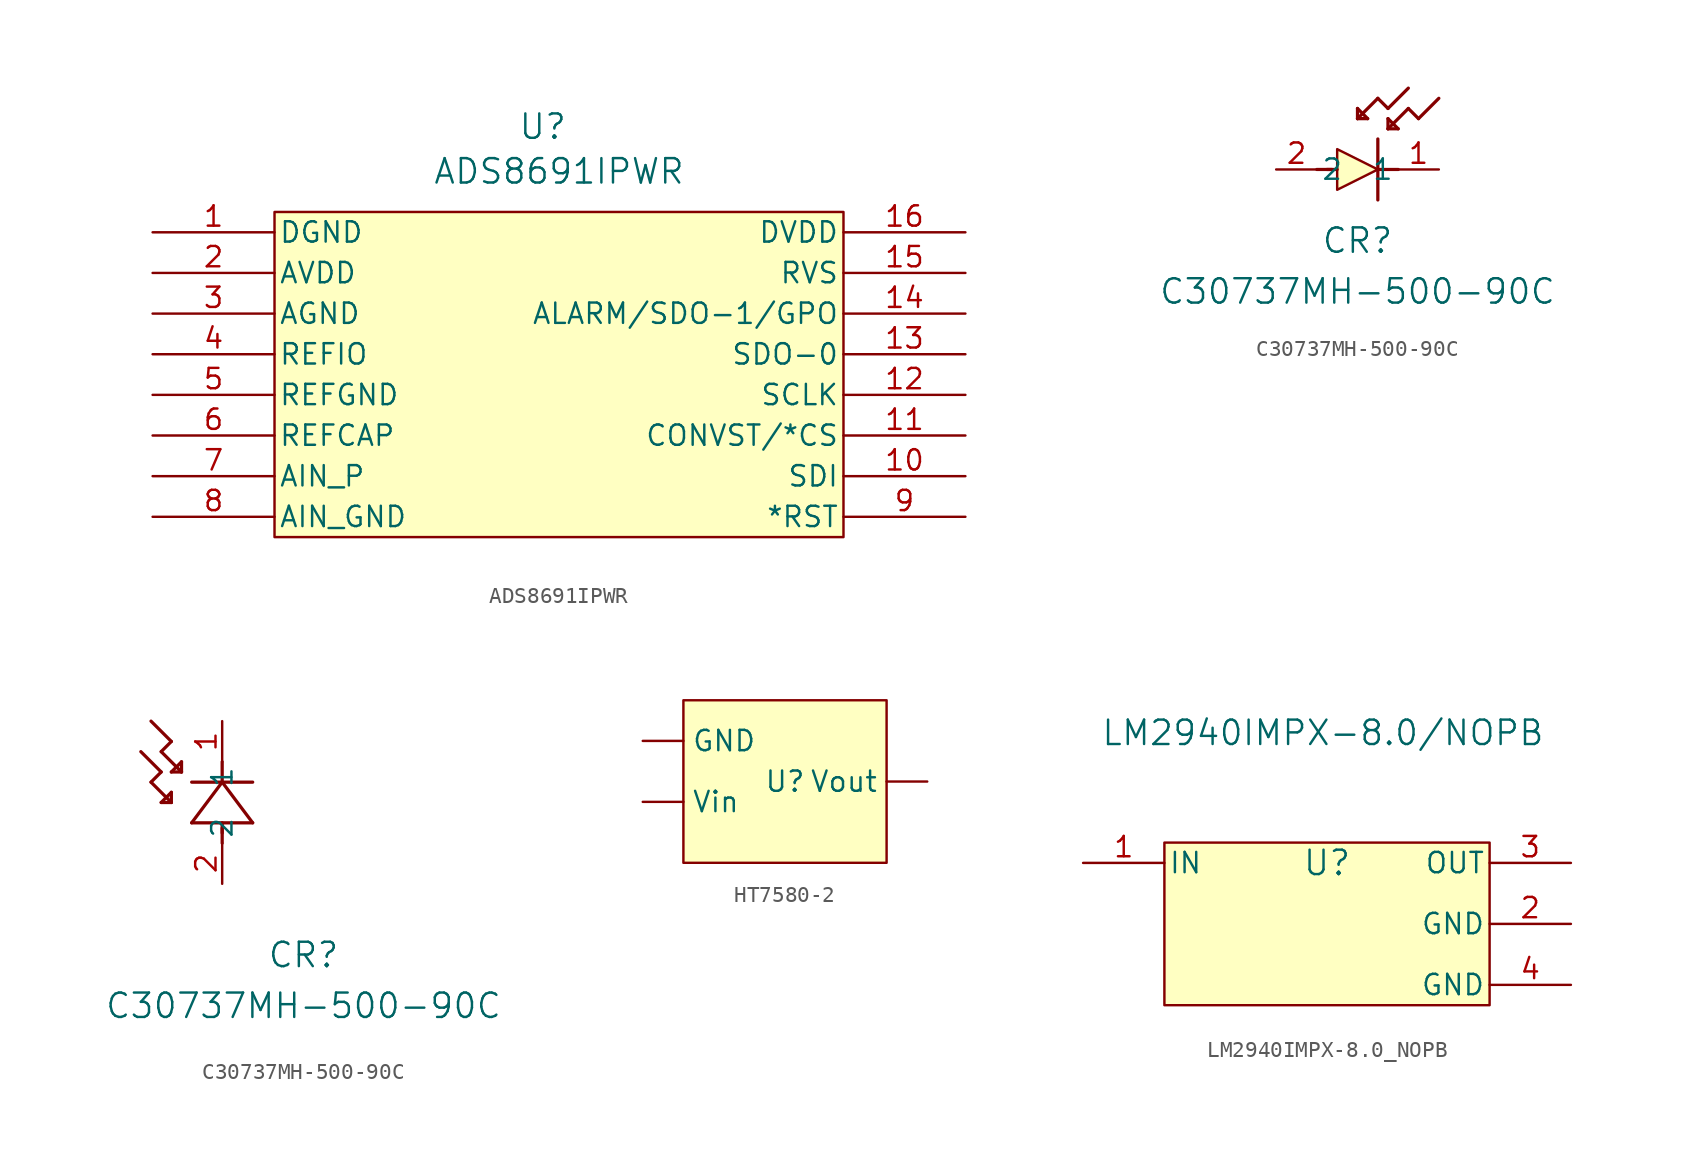
<source format=kicad_sym>
(kicad_symbol_lib
  (version 20241209)
  (generator "kicad_symbol_editor")
  (generator_version "9.0")
  (symbol "ADS8691IPWR"
    (pin_names
      (offset 0.254))
    (property "Reference" "U"
      (at 33.274 6.604 0)
      (effects (font (size 1.524 1.524))))
    (property "Value" "ADS8691IPWR"
      (at 34.29 3.81 0)
      (effects (font (size 1.524 1.524))))
    (property "ki_locked" ""
      (at 0 0 0)
      (effects (font (size 1.27 1.27))))
    (symbol "ADS8691IPWR_0_1"
      (pin power_in line (at 8.89 0 0) (length 7.62) (name "DGND" (effects (font (size 1.27 1.27)))) (number "1" (effects (font (size 1.27 1.27)))))
      (pin power_in line (at 8.89 -2.54 0) (length 7.62) (name "AVDD" (effects (font (size 1.27 1.27)))) (number "2" (effects (font (size 1.27 1.27)))))
      (pin power_in line (at 8.89 -5.08 0) (length 7.62) (name "AGND" (effects (font (size 1.27 1.27)))) (number "3" (effects (font (size 1.27 1.27)))))
      (pin bidirectional line (at 8.89 -7.62 0) (length 7.62) (name "REFIO" (effects (font (size 1.27 1.27)))) (number "4" (effects (font (size 1.27 1.27)))))
      (pin power_in line (at 8.89 -10.16 0) (length 7.62) (name "REFGND" (effects (font (size 1.27 1.27)))) (number "5" (effects (font (size 1.27 1.27)))))
      (pin output line (at 8.89 -12.7 0) (length 7.62) (name "REFCAP" (effects (font (size 1.27 1.27)))) (number "6" (effects (font (size 1.27 1.27)))))
      (pin input line (at 8.89 -15.24 0) (length 7.62) (name "AIN_P" (effects (font (size 1.27 1.27)))) (number "7" (effects (font (size 1.27 1.27)))))
      (pin input line (at 8.89 -17.78 0) (length 7.62) (name "AIN_GND" (effects (font (size 1.27 1.27)))) (number "8" (effects (font (size 1.27 1.27)))))
      (pin power_in line (at 59.69 0 180) (length 7.62) (name "DVDD" (effects (font (size 1.27 1.27)))) (number "16" (effects (font (size 1.27 1.27)))))
      (pin output line (at 59.69 -2.54 180) (length 7.62) (name "RVS" (effects (font (size 1.27 1.27)))) (number "15" (effects (font (size 1.27 1.27)))))
      (pin output line (at 59.69 -5.08 180) (length 7.62) (name "ALARM/SDO-1/GPO" (effects (font (size 1.27 1.27)))) (number "14" (effects (font (size 1.27 1.27)))))
      (pin output line (at 59.69 -7.62 180) (length 7.62) (name "SDO-0" (effects (font (size 1.27 1.27)))) (number "13" (effects (font (size 1.27 1.27)))))
      (pin input line (at 59.69 -10.16 180) (length 7.62) (name "SCLK" (effects (font (size 1.27 1.27)))) (number "12" (effects (font (size 1.27 1.27)))))
      (pin input line (at 59.69 -12.7 180) (length 7.62) (name "CONVST/*CS" (effects (font (size 1.27 1.27)))) (number "11" (effects (font (size 1.27 1.27)))))
      (pin input line (at 59.69 -15.24 180) (length 7.62) (name "SDI" (effects (font (size 1.27 1.27)))) (number "10" (effects (font (size 1.27 1.27)))))
      (pin input line (at 59.69 -17.78 180) (length 7.62) (name "*RST" (effects (font (size 1.27 1.27)))) (number "9" (effects (font (size 1.27 1.27))))))
    (symbol "ADS8691IPWR_1_1"
      (rectangle (start 16.51 1.27) (end 52.07 -19.05) (stroke (width 0) (type solid)) (fill (type background)))))
  (symbol "C30737MH-500-90C"
    (pin_names
      (offset 0.254))
    (property "Reference" "CR"
      (at 5.08 -4.445 0)
      (effects (font (size 1.524 1.524))))
    (property "Value" "C30737MH-500-90C"
      (at 5.08 -7.62 0)
      (effects (font (size 1.524 1.524))))
    (property "ki_locked" ""
      (at 0 0 0)
      (effects (font (size 1.27 1.27))))
    (symbol "C30737MH-500-90C_1_1"
      (polyline (pts (xy 2.54 0) (xy 3.48 0)) (stroke (width 0.203) (type default)) (fill (type none)))
      (polyline (pts (xy 3.175 0) (xy 3.81 0)) (stroke (width 0.203) (type default)) (fill (type none)))
      (polyline (pts (xy 3.81 1.27) (xy 3.81 -1.27) (xy 6.35 0) (xy 3.81 1.27)) (stroke (width 0) (type solid)) (fill (type background)))
      (polyline (pts (xy 5.08 3.81) (xy 5.08 3.175)) (stroke (width 0.203) (type default)) (fill (type none)))
      (polyline (pts (xy 5.08 3.175) (xy 5.715 3.175)) (stroke (width 0.203) (type default)) (fill (type none)))
      (polyline (pts (xy 5.715 3.175) (xy 5.08 3.81)) (stroke (width 0.203) (type default)) (fill (type none)))
      (polyline (pts (xy 6.35 4.445) (xy 5.08 3.175)) (stroke (width 0.203) (type default)) (fill (type none)))
      (polyline (pts (xy 6.35 0) (xy 7.62 0)) (stroke (width 0.203) (type default)) (fill (type none)))
      (polyline (pts (xy 6.35 -1.905) (xy 6.35 1.905)) (stroke (width 0.203) (type default)) (fill (type none)))
      (polyline (pts (xy 6.985 3.81) (xy 6.35 4.445)) (stroke (width 0.203) (type default)) (fill (type none)))
      (polyline (pts (xy 6.985 3.175) (xy 6.985 2.54)) (stroke (width 0.203) (type default)) (fill (type none)))
      (polyline (pts (xy 6.985 2.54) (xy 7.62 2.54)) (stroke (width 0.203) (type default)) (fill (type none)))
      (polyline (pts (xy 7.62 2.54) (xy 6.985 3.175)) (stroke (width 0.203) (type default)) (fill (type none)))
      (polyline (pts (xy 8.255 5.08) (xy 6.985 3.81)) (stroke (width 0.203) (type default)) (fill (type none)))
      (polyline (pts (xy 8.255 3.81) (xy 6.985 2.54)) (stroke (width 0.203) (type default)) (fill (type none)))
      (polyline (pts (xy 8.89 3.175) (xy 8.255 3.81)) (stroke (width 0.203) (type default)) (fill (type none)))
      (polyline (pts (xy 10.16 4.445) (xy 8.89 3.175)) (stroke (width 0.203) (type default)) (fill (type none)))
      (pin unspecified line (at 0 0 0) (length 2.54) (name "2" (effects (font (size 1.27 1.27)))) (number "2" (effects (font (size 1.27 1.27)))))
      (pin unspecified line (at 10.16 0 180) (length 2.54) (name "1" (effects (font (size 1.27 1.27)))) (number "1" (effects (font (size 1.27 1.27))))))
    (symbol "C30737MH-500-90C_1_2"
      (polyline (pts (xy -5.08 8.255) (xy -3.81 6.985)) (stroke (width 0.203) (type default)) (fill (type none)))
      (polyline (pts (xy -4.445 10.16) (xy -3.175 8.89)) (stroke (width 0.203) (type default)) (fill (type none)))
      (polyline (pts (xy -4.445 6.35) (xy -3.175 5.08)) (stroke (width 0.203) (type default)) (fill (type none)))
      (polyline (pts (xy -3.81 8.255) (xy -2.54 6.985)) (stroke (width 0.203) (type default)) (fill (type none)))
      (polyline (pts (xy -3.81 6.985) (xy -4.445 6.35)) (stroke (width 0.203) (type default)) (fill (type none)))
      (polyline (pts (xy -3.81 5.08) (xy -3.175 5.08)) (stroke (width 0.203) (type default)) (fill (type none)))
      (polyline (pts (xy -3.175 8.89) (xy -3.81 8.255)) (stroke (width 0.203) (type default)) (fill (type none)))
      (polyline (pts (xy -3.175 6.985) (xy -2.54 6.985)) (stroke (width 0.203) (type default)) (fill (type none)))
      (polyline (pts (xy -3.175 5.715) (xy -3.81 5.08)) (stroke (width 0.203) (type default)) (fill (type none)))
      (polyline (pts (xy -3.175 5.08) (xy -3.175 5.715)) (stroke (width 0.203) (type default)) (fill (type none)))
      (polyline (pts (xy -2.54 7.62) (xy -3.175 6.985)) (stroke (width 0.203) (type default)) (fill (type none)))
      (polyline (pts (xy -2.54 6.985) (xy -2.54 7.62)) (stroke (width 0.203) (type default)) (fill (type none)))
      (polyline (pts (xy -1.905 3.81) (xy 1.905 3.81)) (stroke (width 0.203) (type default)) (fill (type none)))
      (polyline (pts (xy 0 6.35) (xy -1.905 3.81)) (stroke (width 0.203) (type default)) (fill (type none)))
      (polyline (pts (xy 0 6.35) (xy 0 7.62)) (stroke (width 0.203) (type default)) (fill (type none)))
      (polyline (pts (xy 0 3.175) (xy 0 3.81)) (stroke (width 0.203) (type default)) (fill (type none)))
      (polyline (pts (xy 0 2.54) (xy 0 3.48)) (stroke (width 0.203) (type default)) (fill (type none)))
      (polyline (pts (xy 1.905 6.35) (xy -1.905 6.35)) (stroke (width 0.203) (type default)) (fill (type none)))
      (polyline (pts (xy 1.905 3.81) (xy 0 6.35)) (stroke (width 0.203) (type default)) (fill (type none)))
      (pin unspecified line (at 0 10.16 270) (length 2.54) (name "1" (effects (font (size 1.27 1.27)))) (number "1" (effects (font (size 1.27 1.27)))))
      (pin unspecified line (at 0 0 90) (length 2.54) (name "2" (effects (font (size 1.27 1.27)))) (number "2" (effects (font (size 1.27 1.27)))))))
  (symbol "HT7580-2"
    (property "Reference" "U"
      (at 0 0 0)
      (effects (font (size 1.27 1.27))))
    (property "Value" ""
      (at 0 0 0)
      (effects (font (size 1.27 1.27))))
    (symbol "HT7580-2_1_1"
      (rectangle (start -6.35 5.08) (end 6.35 -5.08) (stroke (width 0) (type solid)) (fill (type background)))
      (pin input line (at -8.89 2.54 0) (length 2.54) (name "GND" (effects (font (size 1.27 1.27)))) (number "" (effects (font (size 1.27 1.27)))))
      (pin input line (at -8.89 -1.27 0) (length 2.54) (name "Vin" (effects (font (size 1.27 1.27)))) (number "" (effects (font (size 1.27 1.27)))))
      (pin no_connect line (at 8.89 2.54 180) (length 2.54) (hide yes) (name "NC" (effects (font (size 1.27 1.27)))) (number "" (effects (font (size 1.27 1.27)))))
      (pin output line (at 8.89 0 180) (length 2.54) (name "Vout" (effects (font (size 1.27 1.27)))) (number "" (effects (font (size 1.27 1.27)))))
      (pin no_connect line (at 8.89 -2.54 180) (length 2.54) (hide yes) (name "NC" (effects (font (size 1.27 1.27)))) (number "" (effects (font (size 1.27 1.27)))))))
  (symbol "LM2940IMPX-8.0_NOPB"
    (pin_names
      (offset 0.254))
    (property "Reference" "U"
      (at 0 5.08 0)
      (effects (font (size 1.524 1.524))))
    (property "Value" "LM2940IMPX-8.0/NOPB"
      (at -0.254 13.208 0)
      (effects (font (size 1.524 1.524))))
    (property "ki_locked" ""
      (at 0 0 0)
      (effects (font (size 1.27 1.27))))
    (symbol "LM2940IMPX-8.0_NOPB_0_1"
      (pin power_in line (at -15.24 5.08 0) (length 5.08) (name "IN" (effects (font (size 1.27 1.27)))) (number "1" (effects (font (size 1.27 1.27)))))
      (pin power_in line (at 15.24 5.08 180) (length 5.08) (name "OUT" (effects (font (size 1.27 1.27)))) (number "3" (effects (font (size 1.27 1.27)))))
      (pin power_in line (at 15.24 1.27 180) (length 5.08) (name "GND" (effects (font (size 1.27 1.27)))) (number "2" (effects (font (size 1.27 1.27)))))
      (pin power_in line (at 15.24 -2.54 180) (length 5.08) (name "GND" (effects (font (size 1.27 1.27)))) (number "4" (effects (font (size 1.27 1.27))))))
    (symbol "LM2940IMPX-8.0_NOPB_1_1"
      (rectangle (start -10.16 6.35) (end 10.16 -3.81) (stroke (width 0) (type solid)) (fill (type background))))))
</source>
